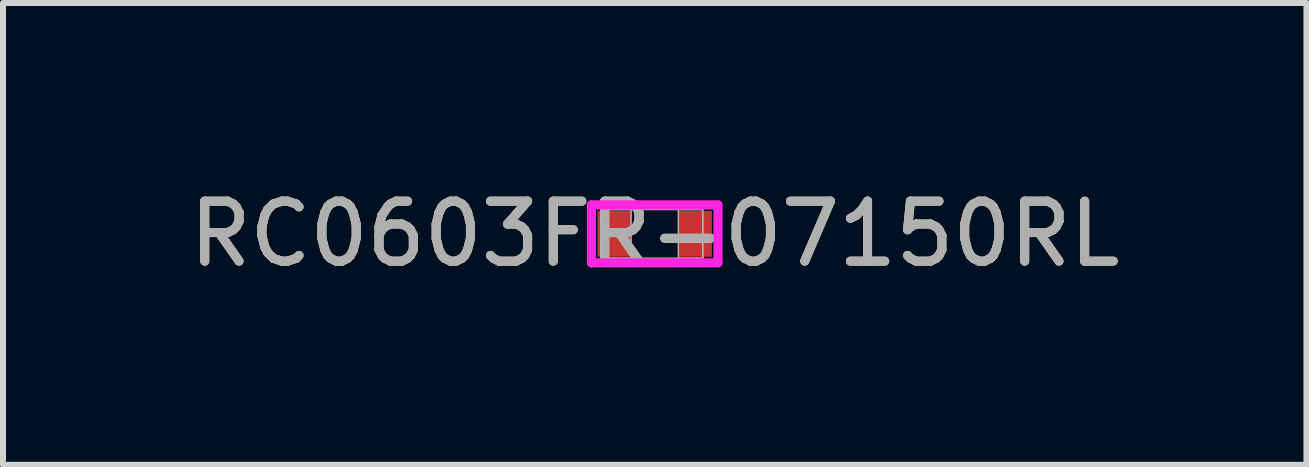
<source format=kicad_pcb>
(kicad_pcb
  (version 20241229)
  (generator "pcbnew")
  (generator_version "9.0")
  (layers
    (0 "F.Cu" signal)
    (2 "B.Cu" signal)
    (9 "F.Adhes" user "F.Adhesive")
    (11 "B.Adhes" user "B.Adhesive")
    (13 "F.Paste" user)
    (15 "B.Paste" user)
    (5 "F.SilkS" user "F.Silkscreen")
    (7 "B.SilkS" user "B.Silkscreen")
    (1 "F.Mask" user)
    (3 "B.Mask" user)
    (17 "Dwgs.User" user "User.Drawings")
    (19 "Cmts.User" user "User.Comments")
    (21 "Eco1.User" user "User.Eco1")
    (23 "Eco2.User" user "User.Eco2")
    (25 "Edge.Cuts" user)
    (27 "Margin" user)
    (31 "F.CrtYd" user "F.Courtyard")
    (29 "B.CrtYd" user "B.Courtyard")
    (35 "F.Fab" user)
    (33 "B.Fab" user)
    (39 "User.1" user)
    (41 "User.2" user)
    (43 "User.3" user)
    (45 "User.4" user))
  (footprint "RC0603FR-07150RL"
    (layer "F.Cu")
    (at 7.863 0.848)
    (property "Reference" "RC0603FR-07150RL" (at 0 0 0) (unlocked yes) (layer "F.SilkS") (effects (font (size 1 1) (thickness 0.15))))
    (attr smd)
    (fp_line (start -1.054 -0.483) (end 1.054 -0.483) (stroke (width 0.152) (type solid)) (layer "F.CrtYd"))
    (fp_line (start -1.054 0.483) (end -1.054 -0.483) (stroke (width 0.152) (type solid)) (layer "F.CrtYd"))
    (fp_line (start 1.054 -0.483) (end 1.054 0.483) (stroke (width 0.152) (type solid)) (layer "F.CrtYd"))
    (fp_line (start 1.054 0.483) (end -1.054 0.483) (stroke (width 0.152) (type solid)) (layer "F.CrtYd"))
    (fp_line (start -0.8 -0.406) (end -0.8 0.406) (stroke (width 0.025) (type solid)) (layer "F.Fab"))
    (fp_line (start -0.8 -0.406) (end -0.8 0.406) (stroke (width 0.025) (type solid)) (layer "F.Fab"))
    (fp_line (start -0.8 0.406) (end -0.394 0.406) (stroke (width 0.025) (type solid)) (layer "F.Fab"))
    (fp_line (start -0.8 0.406) (end 0.8 0.406) (stroke (width 0.025) (type solid)) (layer "F.Fab"))
    (fp_line (start -0.394 -0.406) (end -0.8 -0.406) (stroke (width 0.025) (type solid)) (layer "F.Fab"))
    (fp_line (start -0.394 0.406) (end -0.394 -0.406) (stroke (width 0.025) (type solid)) (layer "F.Fab"))
    (fp_line (start 0.394 -0.406) (end 0.394 0.406) (stroke (width 0.025) (type solid)) (layer "F.Fab"))
    (fp_line (start 0.394 0.406) (end 0.8 0.406) (stroke (width 0.025) (type solid)) (layer "F.Fab"))
    (fp_line (start 0.8 -0.406) (end -0.8 -0.406) (stroke (width 0.025) (type solid)) (layer "F.Fab"))
    (fp_line (start 0.8 -0.406) (end 0.394 -0.406) (stroke (width 0.025) (type solid)) (layer "F.Fab"))
    (fp_line (start 0.8 0.406) (end 0.8 -0.406) (stroke (width 0.025) (type solid)) (layer "F.Fab"))
    (fp_line (start 0.8 0.406) (end 0.8 -0.406) (stroke (width 0.025) (type solid)) (layer "F.Fab"))
    (fp_text user "${REFERENCE}" (at 0 0 0) (unlocked yes) (layer "F.Fab") (effects (font (size 1 1) (thickness 0.15))))
    (pad "1" smd rect (at -0.673 0) (size 0.559 0.762) (layers "F.Cu" "F.Mask" "F.Paste"))
    (pad "2" smd rect (at 0.673 0) (size 0.559 0.762) (layers "F.Cu" "F.Mask" "F.Paste"))
    (zone (net_name "") (layer "F.Cu") (hatch full 0.508) (connect_pads) (min_thickness 0.254) (filled_areas_thickness no) (keepout (tracks not_allowed) (vias not_allowed) (pads allowed) (copperpour not_allowed) (footprints allowed)) (placement (enabled no)) (fill) (polygon (pts (xy 7.52 0.493) (xy 8.206 0.493) (xy 8.206 1.204) (xy 7.52 1.204)))))
  (gr_rect
    (start -3 -3)
    (end 18.726 4.697)
    (stroke (width 0.1) (type default))
    (fill no)
    (layer "Edge.Cuts")))
</source>
